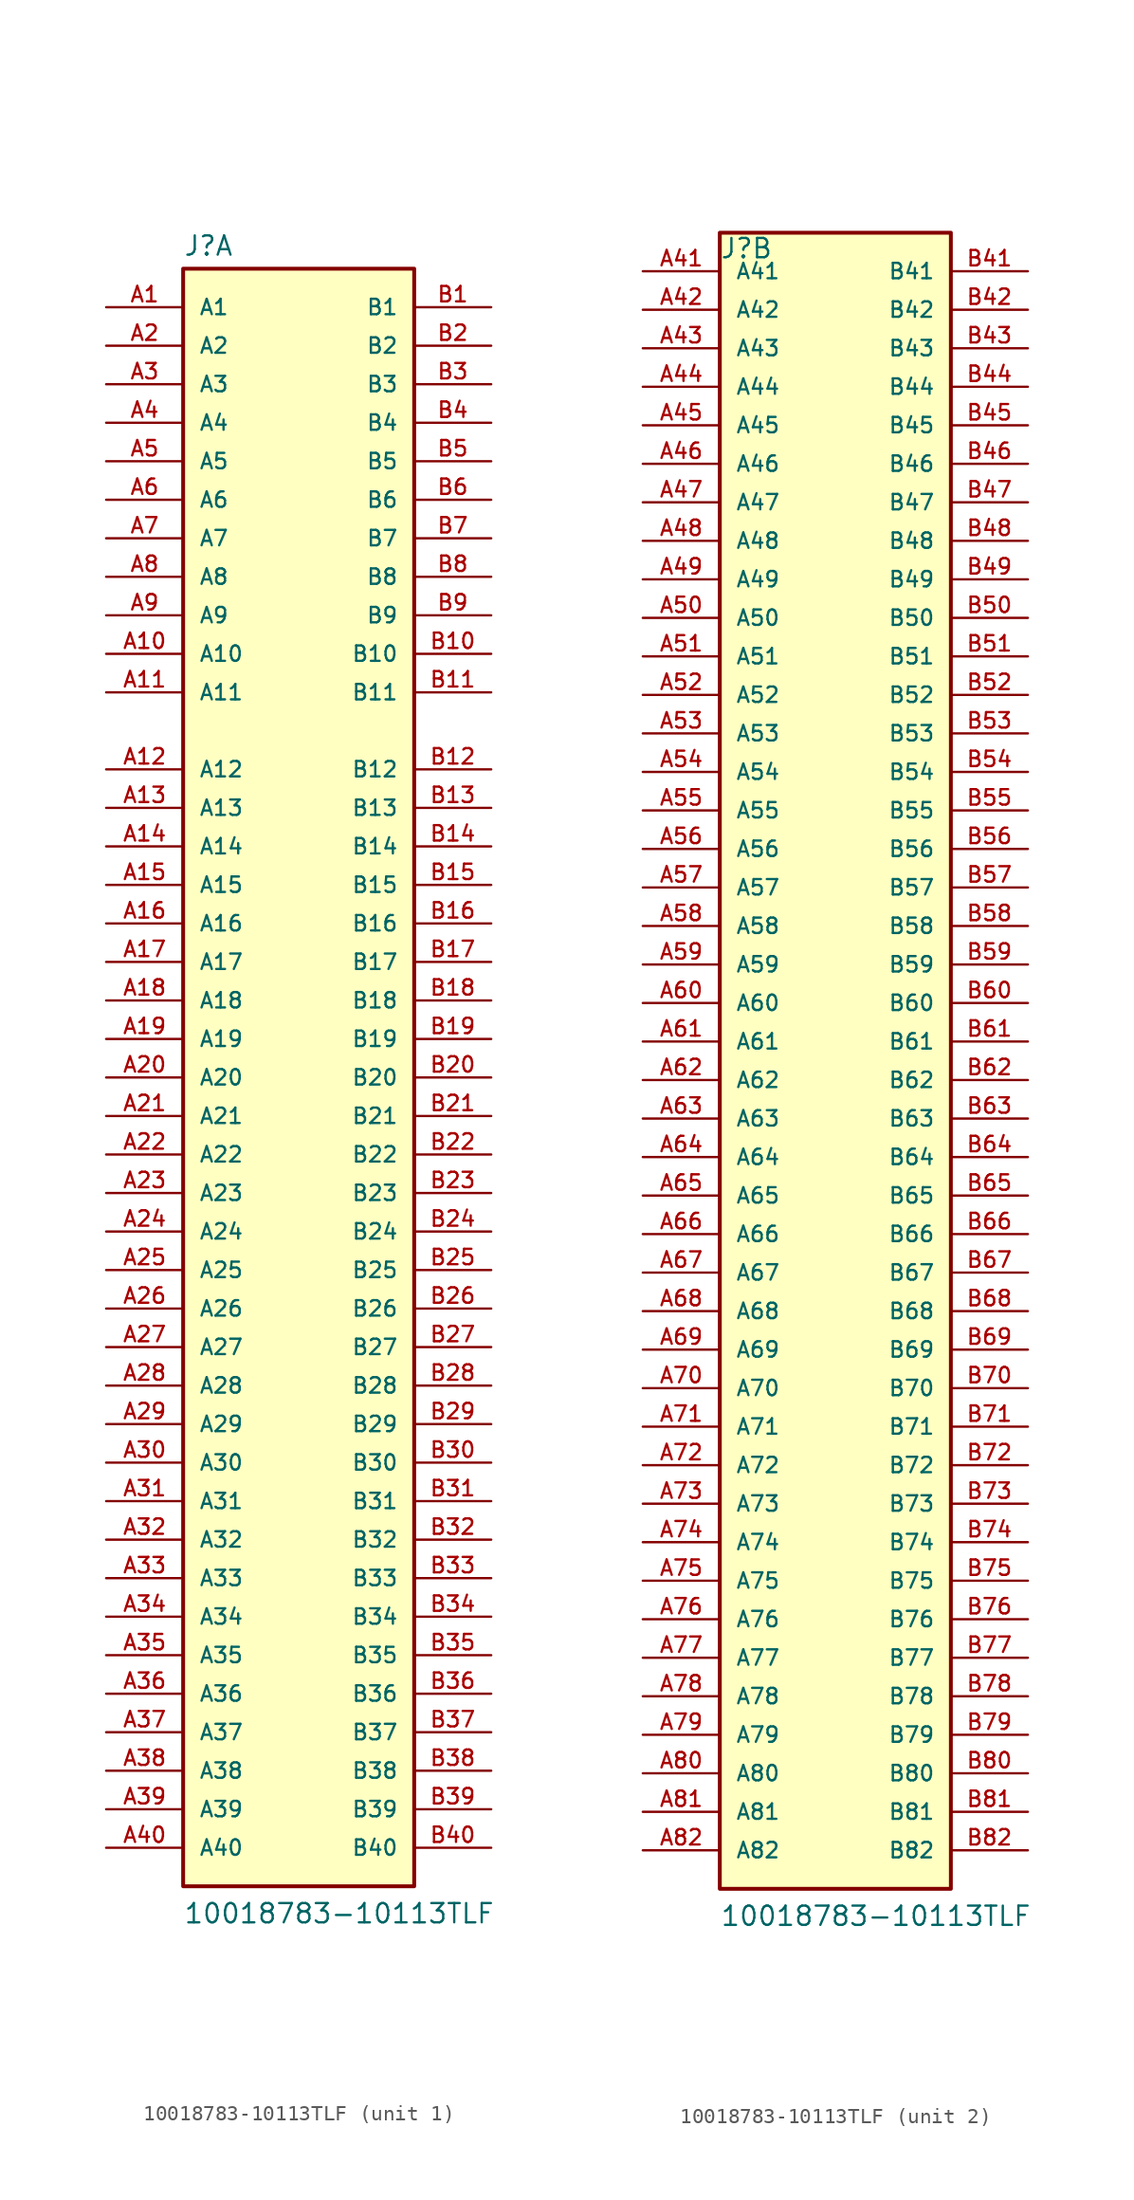
<source format=kicad_sym>
(kicad_symbol_lib
  (version 20231120)
  (generator "kicad_symbol_editor")
  (generator_version "8.0")
  (symbol "10018783-10113TLF"
    (pin_names
      (offset 1.016))
    (property "Reference" "J"
      (at -7.62 54.102 0)
      (effects (font (size 1.27 1.27)) (justify left bottom)))
    (property "Value" "10018783-10113TLF"
      (at -7.62 -55.88 0)
      (effects (font (size 1.27 1.27)) (justify left bottom)))
    (symbol "10018783-10113TLF_1_0"
      (rectangle (start -7.62 -53.34) (end 7.62 53.34) (stroke (width 0.254) (type default)) (fill (type background)))
      (pin passive line (at -12.7 50.8 0) (length 5.08) (name "A1" (effects (font (size 1.016 1.016)))) (number "A1" (effects (font (size 1.016 1.016)))))
      (pin passive line (at -12.7 27.94 0) (length 5.08) (name "A10" (effects (font (size 1.016 1.016)))) (number "A10" (effects (font (size 1.016 1.016)))))
      (pin passive line (at -12.7 25.4 0) (length 5.08) (name "A11" (effects (font (size 1.016 1.016)))) (number "A11" (effects (font (size 1.016 1.016)))))
      (pin passive line (at -12.7 20.32 0) (length 5.08) (name "A12" (effects (font (size 1.016 1.016)))) (number "A12" (effects (font (size 1.016 1.016)))))
      (pin passive line (at -12.7 17.78 0) (length 5.08) (name "A13" (effects (font (size 1.016 1.016)))) (number "A13" (effects (font (size 1.016 1.016)))))
      (pin passive line (at -12.7 15.24 0) (length 5.08) (name "A14" (effects (font (size 1.016 1.016)))) (number "A14" (effects (font (size 1.016 1.016)))))
      (pin passive line (at -12.7 12.7 0) (length 5.08) (name "A15" (effects (font (size 1.016 1.016)))) (number "A15" (effects (font (size 1.016 1.016)))))
      (pin passive line (at -12.7 10.16 0) (length 5.08) (name "A16" (effects (font (size 1.016 1.016)))) (number "A16" (effects (font (size 1.016 1.016)))))
      (pin passive line (at -12.7 7.62 0) (length 5.08) (name "A17" (effects (font (size 1.016 1.016)))) (number "A17" (effects (font (size 1.016 1.016)))))
      (pin passive line (at -12.7 5.08 0) (length 5.08) (name "A18" (effects (font (size 1.016 1.016)))) (number "A18" (effects (font (size 1.016 1.016)))))
      (pin passive line (at -12.7 2.54 0) (length 5.08) (name "A19" (effects (font (size 1.016 1.016)))) (number "A19" (effects (font (size 1.016 1.016)))))
      (pin passive line (at -12.7 48.26 0) (length 5.08) (name "A2" (effects (font (size 1.016 1.016)))) (number "A2" (effects (font (size 1.016 1.016)))))
      (pin passive line (at -12.7 0 0) (length 5.08) (name "A20" (effects (font (size 1.016 1.016)))) (number "A20" (effects (font (size 1.016 1.016)))))
      (pin passive line (at -12.7 -2.54 0) (length 5.08) (name "A21" (effects (font (size 1.016 1.016)))) (number "A21" (effects (font (size 1.016 1.016)))))
      (pin passive line (at -12.7 -5.08 0) (length 5.08) (name "A22" (effects (font (size 1.016 1.016)))) (number "A22" (effects (font (size 1.016 1.016)))))
      (pin passive line (at -12.7 -7.62 0) (length 5.08) (name "A23" (effects (font (size 1.016 1.016)))) (number "A23" (effects (font (size 1.016 1.016)))))
      (pin passive line (at -12.7 -10.16 0) (length 5.08) (name "A24" (effects (font (size 1.016 1.016)))) (number "A24" (effects (font (size 1.016 1.016)))))
      (pin passive line (at -12.7 -12.7 0) (length 5.08) (name "A25" (effects (font (size 1.016 1.016)))) (number "A25" (effects (font (size 1.016 1.016)))))
      (pin passive line (at -12.7 -15.24 0) (length 5.08) (name "A26" (effects (font (size 1.016 1.016)))) (number "A26" (effects (font (size 1.016 1.016)))))
      (pin passive line (at -12.7 -17.78 0) (length 5.08) (name "A27" (effects (font (size 1.016 1.016)))) (number "A27" (effects (font (size 1.016 1.016)))))
      (pin passive line (at -12.7 -20.32 0) (length 5.08) (name "A28" (effects (font (size 1.016 1.016)))) (number "A28" (effects (font (size 1.016 1.016)))))
      (pin passive line (at -12.7 -22.86 0) (length 5.08) (name "A29" (effects (font (size 1.016 1.016)))) (number "A29" (effects (font (size 1.016 1.016)))))
      (pin passive line (at -12.7 45.72 0) (length 5.08) (name "A3" (effects (font (size 1.016 1.016)))) (number "A3" (effects (font (size 1.016 1.016)))))
      (pin passive line (at -12.7 -25.4 0) (length 5.08) (name "A30" (effects (font (size 1.016 1.016)))) (number "A30" (effects (font (size 1.016 1.016)))))
      (pin passive line (at -12.7 -27.94 0) (length 5.08) (name "A31" (effects (font (size 1.016 1.016)))) (number "A31" (effects (font (size 1.016 1.016)))))
      (pin passive line (at -12.7 -30.48 0) (length 5.08) (name "A32" (effects (font (size 1.016 1.016)))) (number "A32" (effects (font (size 1.016 1.016)))))
      (pin passive line (at -12.7 -33.02 0) (length 5.08) (name "A33" (effects (font (size 1.016 1.016)))) (number "A33" (effects (font (size 1.016 1.016)))))
      (pin passive line (at -12.7 -35.56 0) (length 5.08) (name "A34" (effects (font (size 1.016 1.016)))) (number "A34" (effects (font (size 1.016 1.016)))))
      (pin passive line (at -12.7 -38.1 0) (length 5.08) (name "A35" (effects (font (size 1.016 1.016)))) (number "A35" (effects (font (size 1.016 1.016)))))
      (pin passive line (at -12.7 -40.64 0) (length 5.08) (name "A36" (effects (font (size 1.016 1.016)))) (number "A36" (effects (font (size 1.016 1.016)))))
      (pin passive line (at -12.7 -43.18 0) (length 5.08) (name "A37" (effects (font (size 1.016 1.016)))) (number "A37" (effects (font (size 1.016 1.016)))))
      (pin passive line (at -12.7 -45.72 0) (length 5.08) (name "A38" (effects (font (size 1.016 1.016)))) (number "A38" (effects (font (size 1.016 1.016)))))
      (pin passive line (at -12.7 -48.26 0) (length 5.08) (name "A39" (effects (font (size 1.016 1.016)))) (number "A39" (effects (font (size 1.016 1.016)))))
      (pin passive line (at -12.7 43.18 0) (length 5.08) (name "A4" (effects (font (size 1.016 1.016)))) (number "A4" (effects (font (size 1.016 1.016)))))
      (pin passive line (at -12.7 -50.8 0) (length 5.08) (name "A40" (effects (font (size 1.016 1.016)))) (number "A40" (effects (font (size 1.016 1.016)))))
      (pin passive line (at -12.7 40.64 0) (length 5.08) (name "A5" (effects (font (size 1.016 1.016)))) (number "A5" (effects (font (size 1.016 1.016)))))
      (pin passive line (at -12.7 38.1 0) (length 5.08) (name "A6" (effects (font (size 1.016 1.016)))) (number "A6" (effects (font (size 1.016 1.016)))))
      (pin passive line (at -12.7 35.56 0) (length 5.08) (name "A7" (effects (font (size 1.016 1.016)))) (number "A7" (effects (font (size 1.016 1.016)))))
      (pin passive line (at -12.7 33.02 0) (length 5.08) (name "A8" (effects (font (size 1.016 1.016)))) (number "A8" (effects (font (size 1.016 1.016)))))
      (pin passive line (at -12.7 30.48 0) (length 5.08) (name "A9" (effects (font (size 1.016 1.016)))) (number "A9" (effects (font (size 1.016 1.016)))))
      (pin passive line (at 12.7 50.8 180) (length 5.08) (name "B1" (effects (font (size 1.016 1.016)))) (number "B1" (effects (font (size 1.016 1.016)))))
      (pin passive line (at 12.7 27.94 180) (length 5.08) (name "B10" (effects (font (size 1.016 1.016)))) (number "B10" (effects (font (size 1.016 1.016)))))
      (pin passive line (at 12.7 25.4 180) (length 5.08) (name "B11" (effects (font (size 1.016 1.016)))) (number "B11" (effects (font (size 1.016 1.016)))))
      (pin passive line (at 12.7 20.32 180) (length 5.08) (name "B12" (effects (font (size 1.016 1.016)))) (number "B12" (effects (font (size 1.016 1.016)))))
      (pin passive line (at 12.7 17.78 180) (length 5.08) (name "B13" (effects (font (size 1.016 1.016)))) (number "B13" (effects (font (size 1.016 1.016)))))
      (pin passive line (at 12.7 15.24 180) (length 5.08) (name "B14" (effects (font (size 1.016 1.016)))) (number "B14" (effects (font (size 1.016 1.016)))))
      (pin passive line (at 12.7 12.7 180) (length 5.08) (name "B15" (effects (font (size 1.016 1.016)))) (number "B15" (effects (font (size 1.016 1.016)))))
      (pin passive line (at 12.7 10.16 180) (length 5.08) (name "B16" (effects (font (size 1.016 1.016)))) (number "B16" (effects (font (size 1.016 1.016)))))
      (pin passive line (at 12.7 7.62 180) (length 5.08) (name "B17" (effects (font (size 1.016 1.016)))) (number "B17" (effects (font (size 1.016 1.016)))))
      (pin passive line (at 12.7 5.08 180) (length 5.08) (name "B18" (effects (font (size 1.016 1.016)))) (number "B18" (effects (font (size 1.016 1.016)))))
      (pin passive line (at 12.7 2.54 180) (length 5.08) (name "B19" (effects (font (size 1.016 1.016)))) (number "B19" (effects (font (size 1.016 1.016)))))
      (pin passive line (at 12.7 48.26 180) (length 5.08) (name "B2" (effects (font (size 1.016 1.016)))) (number "B2" (effects (font (size 1.016 1.016)))))
      (pin passive line (at 12.7 0 180) (length 5.08) (name "B20" (effects (font (size 1.016 1.016)))) (number "B20" (effects (font (size 1.016 1.016)))))
      (pin passive line (at 12.7 -2.54 180) (length 5.08) (name "B21" (effects (font (size 1.016 1.016)))) (number "B21" (effects (font (size 1.016 1.016)))))
      (pin passive line (at 12.7 -5.08 180) (length 5.08) (name "B22" (effects (font (size 1.016 1.016)))) (number "B22" (effects (font (size 1.016 1.016)))))
      (pin passive line (at 12.7 -7.62 180) (length 5.08) (name "B23" (effects (font (size 1.016 1.016)))) (number "B23" (effects (font (size 1.016 1.016)))))
      (pin passive line (at 12.7 -10.16 180) (length 5.08) (name "B24" (effects (font (size 1.016 1.016)))) (number "B24" (effects (font (size 1.016 1.016)))))
      (pin passive line (at 12.7 -12.7 180) (length 5.08) (name "B25" (effects (font (size 1.016 1.016)))) (number "B25" (effects (font (size 1.016 1.016)))))
      (pin passive line (at 12.7 -15.24 180) (length 5.08) (name "B26" (effects (font (size 1.016 1.016)))) (number "B26" (effects (font (size 1.016 1.016)))))
      (pin passive line (at 12.7 -17.78 180) (length 5.08) (name "B27" (effects (font (size 1.016 1.016)))) (number "B27" (effects (font (size 1.016 1.016)))))
      (pin passive line (at 12.7 -20.32 180) (length 5.08) (name "B28" (effects (font (size 1.016 1.016)))) (number "B28" (effects (font (size 1.016 1.016)))))
      (pin passive line (at 12.7 -22.86 180) (length 5.08) (name "B29" (effects (font (size 1.016 1.016)))) (number "B29" (effects (font (size 1.016 1.016)))))
      (pin passive line (at 12.7 45.72 180) (length 5.08) (name "B3" (effects (font (size 1.016 1.016)))) (number "B3" (effects (font (size 1.016 1.016)))))
      (pin passive line (at 12.7 -25.4 180) (length 5.08) (name "B30" (effects (font (size 1.016 1.016)))) (number "B30" (effects (font (size 1.016 1.016)))))
      (pin passive line (at 12.7 -27.94 180) (length 5.08) (name "B31" (effects (font (size 1.016 1.016)))) (number "B31" (effects (font (size 1.016 1.016)))))
      (pin passive line (at 12.7 -30.48 180) (length 5.08) (name "B32" (effects (font (size 1.016 1.016)))) (number "B32" (effects (font (size 1.016 1.016)))))
      (pin passive line (at 12.7 -33.02 180) (length 5.08) (name "B33" (effects (font (size 1.016 1.016)))) (number "B33" (effects (font (size 1.016 1.016)))))
      (pin passive line (at 12.7 -35.56 180) (length 5.08) (name "B34" (effects (font (size 1.016 1.016)))) (number "B34" (effects (font (size 1.016 1.016)))))
      (pin passive line (at 12.7 -38.1 180) (length 5.08) (name "B35" (effects (font (size 1.016 1.016)))) (number "B35" (effects (font (size 1.016 1.016)))))
      (pin passive line (at 12.7 -40.64 180) (length 5.08) (name "B36" (effects (font (size 1.016 1.016)))) (number "B36" (effects (font (size 1.016 1.016)))))
      (pin passive line (at 12.7 -43.18 180) (length 5.08) (name "B37" (effects (font (size 1.016 1.016)))) (number "B37" (effects (font (size 1.016 1.016)))))
      (pin passive line (at 12.7 -45.72 180) (length 5.08) (name "B38" (effects (font (size 1.016 1.016)))) (number "B38" (effects (font (size 1.016 1.016)))))
      (pin passive line (at 12.7 -48.26 180) (length 5.08) (name "B39" (effects (font (size 1.016 1.016)))) (number "B39" (effects (font (size 1.016 1.016)))))
      (pin passive line (at 12.7 43.18 180) (length 5.08) (name "B4" (effects (font (size 1.016 1.016)))) (number "B4" (effects (font (size 1.016 1.016)))))
      (pin passive line (at 12.7 -50.8 180) (length 5.08) (name "B40" (effects (font (size 1.016 1.016)))) (number "B40" (effects (font (size 1.016 1.016)))))
      (pin passive line (at 12.7 40.64 180) (length 5.08) (name "B5" (effects (font (size 1.016 1.016)))) (number "B5" (effects (font (size 1.016 1.016)))))
      (pin passive line (at 12.7 38.1 180) (length 5.08) (name "B6" (effects (font (size 1.016 1.016)))) (number "B6" (effects (font (size 1.016 1.016)))))
      (pin passive line (at 12.7 35.56 180) (length 5.08) (name "B7" (effects (font (size 1.016 1.016)))) (number "B7" (effects (font (size 1.016 1.016)))))
      (pin passive line (at 12.7 33.02 180) (length 5.08) (name "B8" (effects (font (size 1.016 1.016)))) (number "B8" (effects (font (size 1.016 1.016)))))
      (pin passive line (at 12.7 30.48 180) (length 5.08) (name "B9" (effects (font (size 1.016 1.016)))) (number "B9" (effects (font (size 1.016 1.016))))))
    (symbol "10018783-10113TLF_2_0"
      (rectangle (start -7.62 -53.34) (end 7.62 55.88) (stroke (width 0.254) (type default)) (fill (type background)))
      (pin passive line (at -12.7 53.34 0) (length 5.08) (name "A41" (effects (font (size 1.016 1.016)))) (number "A41" (effects (font (size 1.016 1.016)))))
      (pin passive line (at -12.7 50.8 0) (length 5.08) (name "A42" (effects (font (size 1.016 1.016)))) (number "A42" (effects (font (size 1.016 1.016)))))
      (pin passive line (at -12.7 48.26 0) (length 5.08) (name "A43" (effects (font (size 1.016 1.016)))) (number "A43" (effects (font (size 1.016 1.016)))))
      (pin passive line (at -12.7 45.72 0) (length 5.08) (name "A44" (effects (font (size 1.016 1.016)))) (number "A44" (effects (font (size 1.016 1.016)))))
      (pin passive line (at -12.7 43.18 0) (length 5.08) (name "A45" (effects (font (size 1.016 1.016)))) (number "A45" (effects (font (size 1.016 1.016)))))
      (pin passive line (at -12.7 40.64 0) (length 5.08) (name "A46" (effects (font (size 1.016 1.016)))) (number "A46" (effects (font (size 1.016 1.016)))))
      (pin passive line (at -12.7 38.1 0) (length 5.08) (name "A47" (effects (font (size 1.016 1.016)))) (number "A47" (effects (font (size 1.016 1.016)))))
      (pin passive line (at -12.7 35.56 0) (length 5.08) (name "A48" (effects (font (size 1.016 1.016)))) (number "A48" (effects (font (size 1.016 1.016)))))
      (pin passive line (at -12.7 33.02 0) (length 5.08) (name "A49" (effects (font (size 1.016 1.016)))) (number "A49" (effects (font (size 1.016 1.016)))))
      (pin passive line (at -12.7 30.48 0) (length 5.08) (name "A50" (effects (font (size 1.016 1.016)))) (number "A50" (effects (font (size 1.016 1.016)))))
      (pin passive line (at -12.7 27.94 0) (length 5.08) (name "A51" (effects (font (size 1.016 1.016)))) (number "A51" (effects (font (size 1.016 1.016)))))
      (pin passive line (at -12.7 25.4 0) (length 5.08) (name "A52" (effects (font (size 1.016 1.016)))) (number "A52" (effects (font (size 1.016 1.016)))))
      (pin passive line (at -12.7 22.86 0) (length 5.08) (name "A53" (effects (font (size 1.016 1.016)))) (number "A53" (effects (font (size 1.016 1.016)))))
      (pin passive line (at -12.7 20.32 0) (length 5.08) (name "A54" (effects (font (size 1.016 1.016)))) (number "A54" (effects (font (size 1.016 1.016)))))
      (pin passive line (at -12.7 17.78 0) (length 5.08) (name "A55" (effects (font (size 1.016 1.016)))) (number "A55" (effects (font (size 1.016 1.016)))))
      (pin passive line (at -12.7 15.24 0) (length 5.08) (name "A56" (effects (font (size 1.016 1.016)))) (number "A56" (effects (font (size 1.016 1.016)))))
      (pin passive line (at -12.7 12.7 0) (length 5.08) (name "A57" (effects (font (size 1.016 1.016)))) (number "A57" (effects (font (size 1.016 1.016)))))
      (pin passive line (at -12.7 10.16 0) (length 5.08) (name "A58" (effects (font (size 1.016 1.016)))) (number "A58" (effects (font (size 1.016 1.016)))))
      (pin passive line (at -12.7 7.62 0) (length 5.08) (name "A59" (effects (font (size 1.016 1.016)))) (number "A59" (effects (font (size 1.016 1.016)))))
      (pin passive line (at -12.7 5.08 0) (length 5.08) (name "A60" (effects (font (size 1.016 1.016)))) (number "A60" (effects (font (size 1.016 1.016)))))
      (pin passive line (at -12.7 2.54 0) (length 5.08) (name "A61" (effects (font (size 1.016 1.016)))) (number "A61" (effects (font (size 1.016 1.016)))))
      (pin passive line (at -12.7 0 0) (length 5.08) (name "A62" (effects (font (size 1.016 1.016)))) (number "A62" (effects (font (size 1.016 1.016)))))
      (pin passive line (at -12.7 -2.54 0) (length 5.08) (name "A63" (effects (font (size 1.016 1.016)))) (number "A63" (effects (font (size 1.016 1.016)))))
      (pin passive line (at -12.7 -5.08 0) (length 5.08) (name "A64" (effects (font (size 1.016 1.016)))) (number "A64" (effects (font (size 1.016 1.016)))))
      (pin passive line (at -12.7 -7.62 0) (length 5.08) (name "A65" (effects (font (size 1.016 1.016)))) (number "A65" (effects (font (size 1.016 1.016)))))
      (pin passive line (at -12.7 -10.16 0) (length 5.08) (name "A66" (effects (font (size 1.016 1.016)))) (number "A66" (effects (font (size 1.016 1.016)))))
      (pin passive line (at -12.7 -12.7 0) (length 5.08) (name "A67" (effects (font (size 1.016 1.016)))) (number "A67" (effects (font (size 1.016 1.016)))))
      (pin passive line (at -12.7 -15.24 0) (length 5.08) (name "A68" (effects (font (size 1.016 1.016)))) (number "A68" (effects (font (size 1.016 1.016)))))
      (pin passive line (at -12.7 -17.78 0) (length 5.08) (name "A69" (effects (font (size 1.016 1.016)))) (number "A69" (effects (font (size 1.016 1.016)))))
      (pin passive line (at -12.7 -20.32 0) (length 5.08) (name "A70" (effects (font (size 1.016 1.016)))) (number "A70" (effects (font (size 1.016 1.016)))))
      (pin passive line (at -12.7 -22.86 0) (length 5.08) (name "A71" (effects (font (size 1.016 1.016)))) (number "A71" (effects (font (size 1.016 1.016)))))
      (pin passive line (at -12.7 -25.4 0) (length 5.08) (name "A72" (effects (font (size 1.016 1.016)))) (number "A72" (effects (font (size 1.016 1.016)))))
      (pin passive line (at -12.7 -27.94 0) (length 5.08) (name "A73" (effects (font (size 1.016 1.016)))) (number "A73" (effects (font (size 1.016 1.016)))))
      (pin passive line (at -12.7 -30.48 0) (length 5.08) (name "A74" (effects (font (size 1.016 1.016)))) (number "A74" (effects (font (size 1.016 1.016)))))
      (pin passive line (at -12.7 -33.02 0) (length 5.08) (name "A75" (effects (font (size 1.016 1.016)))) (number "A75" (effects (font (size 1.016 1.016)))))
      (pin passive line (at -12.7 -35.56 0) (length 5.08) (name "A76" (effects (font (size 1.016 1.016)))) (number "A76" (effects (font (size 1.016 1.016)))))
      (pin passive line (at -12.7 -38.1 0) (length 5.08) (name "A77" (effects (font (size 1.016 1.016)))) (number "A77" (effects (font (size 1.016 1.016)))))
      (pin passive line (at -12.7 -40.64 0) (length 5.08) (name "A78" (effects (font (size 1.016 1.016)))) (number "A78" (effects (font (size 1.016 1.016)))))
      (pin passive line (at -12.7 -43.18 0) (length 5.08) (name "A79" (effects (font (size 1.016 1.016)))) (number "A79" (effects (font (size 1.016 1.016)))))
      (pin passive line (at -12.7 -45.72 0) (length 5.08) (name "A80" (effects (font (size 1.016 1.016)))) (number "A80" (effects (font (size 1.016 1.016)))))
      (pin passive line (at -12.7 -48.26 0) (length 5.08) (name "A81" (effects (font (size 1.016 1.016)))) (number "A81" (effects (font (size 1.016 1.016)))))
      (pin passive line (at -12.7 -50.8 0) (length 5.08) (name "A82" (effects (font (size 1.016 1.016)))) (number "A82" (effects (font (size 1.016 1.016)))))
      (pin passive line (at 12.7 53.34 180) (length 5.08) (name "B41" (effects (font (size 1.016 1.016)))) (number "B41" (effects (font (size 1.016 1.016)))))
      (pin passive line (at 12.7 50.8 180) (length 5.08) (name "B42" (effects (font (size 1.016 1.016)))) (number "B42" (effects (font (size 1.016 1.016)))))
      (pin passive line (at 12.7 48.26 180) (length 5.08) (name "B43" (effects (font (size 1.016 1.016)))) (number "B43" (effects (font (size 1.016 1.016)))))
      (pin passive line (at 12.7 45.72 180) (length 5.08) (name "B44" (effects (font (size 1.016 1.016)))) (number "B44" (effects (font (size 1.016 1.016)))))
      (pin passive line (at 12.7 43.18 180) (length 5.08) (name "B45" (effects (font (size 1.016 1.016)))) (number "B45" (effects (font (size 1.016 1.016)))))
      (pin passive line (at 12.7 40.64 180) (length 5.08) (name "B46" (effects (font (size 1.016 1.016)))) (number "B46" (effects (font (size 1.016 1.016)))))
      (pin passive line (at 12.7 38.1 180) (length 5.08) (name "B47" (effects (font (size 1.016 1.016)))) (number "B47" (effects (font (size 1.016 1.016)))))
      (pin passive line (at 12.7 35.56 180) (length 5.08) (name "B48" (effects (font (size 1.016 1.016)))) (number "B48" (effects (font (size 1.016 1.016)))))
      (pin passive line (at 12.7 33.02 180) (length 5.08) (name "B49" (effects (font (size 1.016 1.016)))) (number "B49" (effects (font (size 1.016 1.016)))))
      (pin passive line (at 12.7 30.48 180) (length 5.08) (name "B50" (effects (font (size 1.016 1.016)))) (number "B50" (effects (font (size 1.016 1.016)))))
      (pin passive line (at 12.7 27.94 180) (length 5.08) (name "B51" (effects (font (size 1.016 1.016)))) (number "B51" (effects (font (size 1.016 1.016)))))
      (pin passive line (at 12.7 25.4 180) (length 5.08) (name "B52" (effects (font (size 1.016 1.016)))) (number "B52" (effects (font (size 1.016 1.016)))))
      (pin passive line (at 12.7 22.86 180) (length 5.08) (name "B53" (effects (font (size 1.016 1.016)))) (number "B53" (effects (font (size 1.016 1.016)))))
      (pin passive line (at 12.7 20.32 180) (length 5.08) (name "B54" (effects (font (size 1.016 1.016)))) (number "B54" (effects (font (size 1.016 1.016)))))
      (pin passive line (at 12.7 17.78 180) (length 5.08) (name "B55" (effects (font (size 1.016 1.016)))) (number "B55" (effects (font (size 1.016 1.016)))))
      (pin passive line (at 12.7 15.24 180) (length 5.08) (name "B56" (effects (font (size 1.016 1.016)))) (number "B56" (effects (font (size 1.016 1.016)))))
      (pin passive line (at 12.7 12.7 180) (length 5.08) (name "B57" (effects (font (size 1.016 1.016)))) (number "B57" (effects (font (size 1.016 1.016)))))
      (pin passive line (at 12.7 10.16 180) (length 5.08) (name "B58" (effects (font (size 1.016 1.016)))) (number "B58" (effects (font (size 1.016 1.016)))))
      (pin passive line (at 12.7 7.62 180) (length 5.08) (name "B59" (effects (font (size 1.016 1.016)))) (number "B59" (effects (font (size 1.016 1.016)))))
      (pin passive line (at 12.7 5.08 180) (length 5.08) (name "B60" (effects (font (size 1.016 1.016)))) (number "B60" (effects (font (size 1.016 1.016)))))
      (pin passive line (at 12.7 2.54 180) (length 5.08) (name "B61" (effects (font (size 1.016 1.016)))) (number "B61" (effects (font (size 1.016 1.016)))))
      (pin passive line (at 12.7 0 180) (length 5.08) (name "B62" (effects (font (size 1.016 1.016)))) (number "B62" (effects (font (size 1.016 1.016)))))
      (pin passive line (at 12.7 -2.54 180) (length 5.08) (name "B63" (effects (font (size 1.016 1.016)))) (number "B63" (effects (font (size 1.016 1.016)))))
      (pin passive line (at 12.7 -5.08 180) (length 5.08) (name "B64" (effects (font (size 1.016 1.016)))) (number "B64" (effects (font (size 1.016 1.016)))))
      (pin passive line (at 12.7 -7.62 180) (length 5.08) (name "B65" (effects (font (size 1.016 1.016)))) (number "B65" (effects (font (size 1.016 1.016)))))
      (pin passive line (at 12.7 -10.16 180) (length 5.08) (name "B66" (effects (font (size 1.016 1.016)))) (number "B66" (effects (font (size 1.016 1.016)))))
      (pin passive line (at 12.7 -12.7 180) (length 5.08) (name "B67" (effects (font (size 1.016 1.016)))) (number "B67" (effects (font (size 1.016 1.016)))))
      (pin passive line (at 12.7 -15.24 180) (length 5.08) (name "B68" (effects (font (size 1.016 1.016)))) (number "B68" (effects (font (size 1.016 1.016)))))
      (pin passive line (at 12.7 -17.78 180) (length 5.08) (name "B69" (effects (font (size 1.016 1.016)))) (number "B69" (effects (font (size 1.016 1.016)))))
      (pin passive line (at 12.7 -20.32 180) (length 5.08) (name "B70" (effects (font (size 1.016 1.016)))) (number "B70" (effects (font (size 1.016 1.016)))))
      (pin passive line (at 12.7 -22.86 180) (length 5.08) (name "B71" (effects (font (size 1.016 1.016)))) (number "B71" (effects (font (size 1.016 1.016)))))
      (pin passive line (at 12.7 -25.4 180) (length 5.08) (name "B72" (effects (font (size 1.016 1.016)))) (number "B72" (effects (font (size 1.016 1.016)))))
      (pin passive line (at 12.7 -27.94 180) (length 5.08) (name "B73" (effects (font (size 1.016 1.016)))) (number "B73" (effects (font (size 1.016 1.016)))))
      (pin passive line (at 12.7 -30.48 180) (length 5.08) (name "B74" (effects (font (size 1.016 1.016)))) (number "B74" (effects (font (size 1.016 1.016)))))
      (pin passive line (at 12.7 -33.02 180) (length 5.08) (name "B75" (effects (font (size 1.016 1.016)))) (number "B75" (effects (font (size 1.016 1.016)))))
      (pin passive line (at 12.7 -35.56 180) (length 5.08) (name "B76" (effects (font (size 1.016 1.016)))) (number "B76" (effects (font (size 1.016 1.016)))))
      (pin passive line (at 12.7 -38.1 180) (length 5.08) (name "B77" (effects (font (size 1.016 1.016)))) (number "B77" (effects (font (size 1.016 1.016)))))
      (pin passive line (at 12.7 -40.64 180) (length 5.08) (name "B78" (effects (font (size 1.016 1.016)))) (number "B78" (effects (font (size 1.016 1.016)))))
      (pin passive line (at 12.7 -43.18 180) (length 5.08) (name "B79" (effects (font (size 1.016 1.016)))) (number "B79" (effects (font (size 1.016 1.016)))))
      (pin passive line (at 12.7 -45.72 180) (length 5.08) (name "B80" (effects (font (size 1.016 1.016)))) (number "B80" (effects (font (size 1.016 1.016)))))
      (pin passive line (at 12.7 -48.26 180) (length 5.08) (name "B81" (effects (font (size 1.016 1.016)))) (number "B81" (effects (font (size 1.016 1.016)))))
      (pin passive line (at 12.7 -50.8 180) (length 5.08) (name "B82" (effects (font (size 1.016 1.016)))) (number "B82" (effects (font (size 1.016 1.016))))))))
</source>
